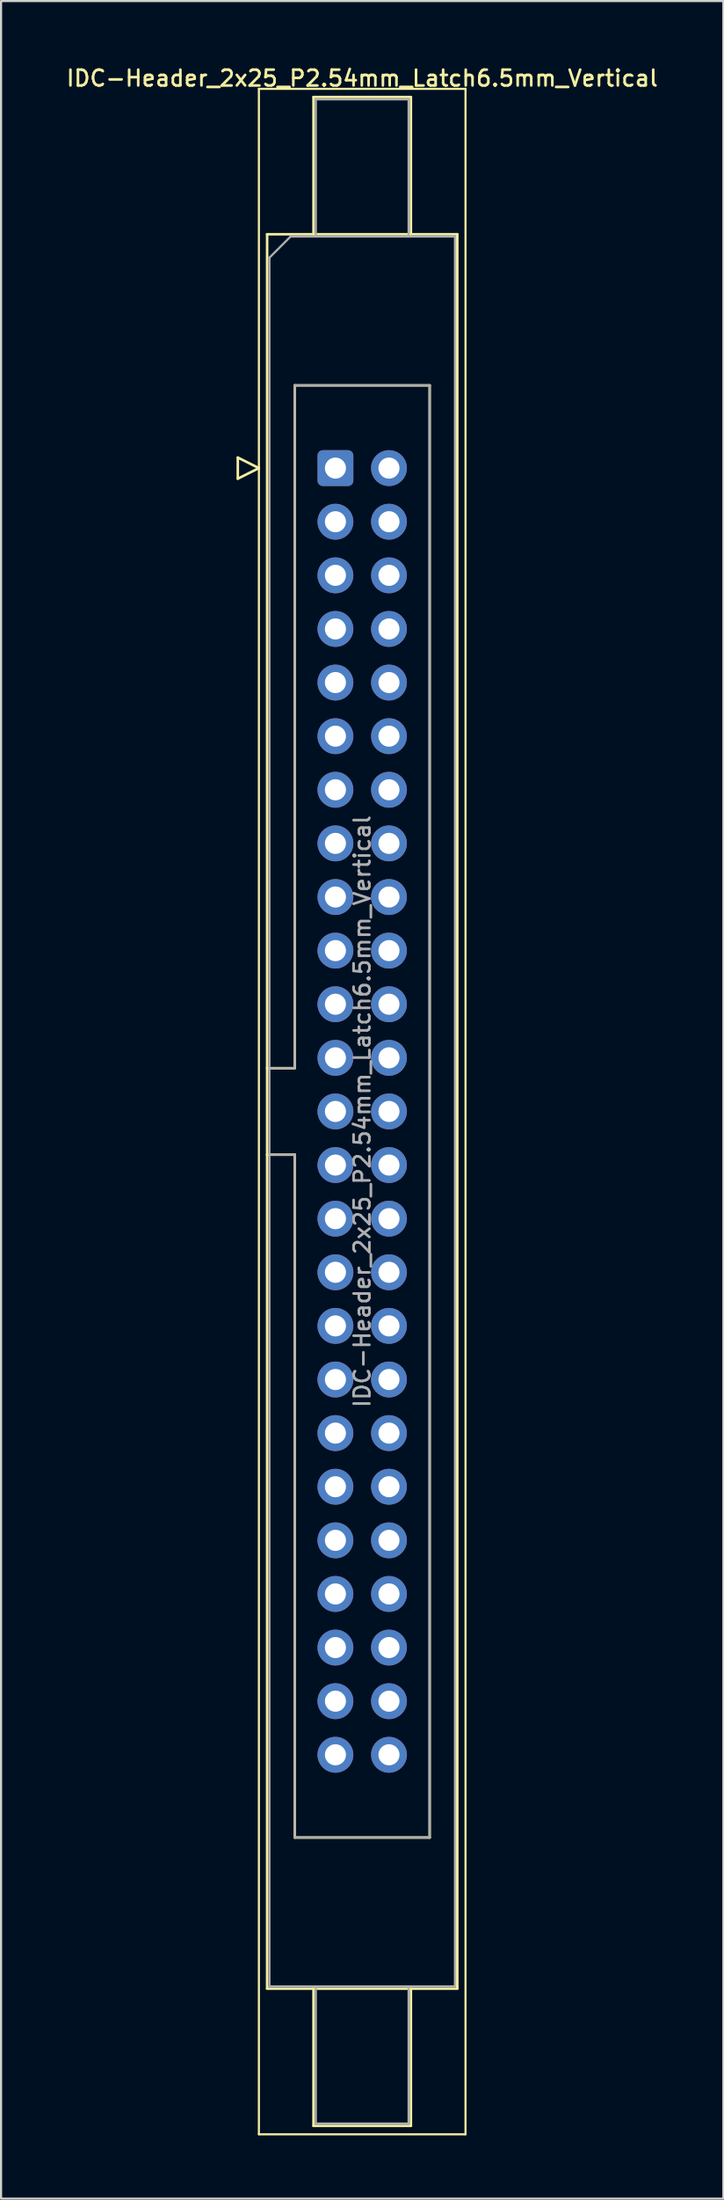
<source format=kicad_pcb>
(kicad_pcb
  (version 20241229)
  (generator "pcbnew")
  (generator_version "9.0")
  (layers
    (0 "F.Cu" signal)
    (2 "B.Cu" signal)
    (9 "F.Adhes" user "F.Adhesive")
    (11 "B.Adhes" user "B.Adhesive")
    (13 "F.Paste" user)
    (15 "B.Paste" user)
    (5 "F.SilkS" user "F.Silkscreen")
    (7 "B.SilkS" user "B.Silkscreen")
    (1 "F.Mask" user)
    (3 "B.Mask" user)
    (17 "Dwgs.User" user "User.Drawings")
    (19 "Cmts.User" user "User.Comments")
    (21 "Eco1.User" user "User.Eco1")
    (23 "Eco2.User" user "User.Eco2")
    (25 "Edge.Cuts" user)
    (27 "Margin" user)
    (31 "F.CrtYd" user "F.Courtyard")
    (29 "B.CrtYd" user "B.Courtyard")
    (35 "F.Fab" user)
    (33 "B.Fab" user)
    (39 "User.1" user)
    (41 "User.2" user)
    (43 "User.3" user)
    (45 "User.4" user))
  (footprint "IDC-Header_2x25_P2.54mm_Latch6.5mm_Vertical"
    (layer "F.Cu")
    (at 12.86 19.128)
    (property "Reference" "IDC-Header_2x25_P2.54mm_Latch6.5mm_Vertical" (at 1.27 -18.47 0) (layer "F.SilkS") (effects (font (size 0.75 0.75) (thickness 0.125))))
    (attr through_hole)
    (fp_line (start -4.63 -0.5) (end -4.63 0.5) (stroke (width 0.12) (type solid)) (layer "F.SilkS"))
    (fp_line (start -4.63 0.5) (end -3.63 0) (stroke (width 0.12) (type solid)) (layer "F.SilkS"))
    (fp_line (start -3.63 -17.97) (end -3.63 78.94) (stroke (width 0.1) (type solid)) (layer "F.SilkS"))
    (fp_line (start -3.63 0) (end -4.63 -0.5) (stroke (width 0.12) (type solid)) (layer "F.SilkS"))
    (fp_line (start -3.63 78.94) (end 6.17 78.94) (stroke (width 0.1) (type solid)) (layer "F.SilkS"))
    (fp_line (start -3.24 -11.08) (end 5.78 -11.08) (stroke (width 0.12) (type solid)) (layer "F.SilkS"))
    (fp_line (start -3.24 28.43) (end -1.93 28.43) (stroke (width 0.12) (type solid)) (layer "F.SilkS"))
    (fp_line (start -3.24 72.04) (end -3.24 -11.08) (stroke (width 0.12) (type solid)) (layer "F.SilkS"))
    (fp_line (start -1.93 -3.92) (end 4.47 -3.92) (stroke (width 0.12) (type solid)) (layer "F.SilkS"))
    (fp_line (start -1.93 28.43) (end -1.93 -3.92) (stroke (width 0.12) (type solid)) (layer "F.SilkS"))
    (fp_line (start -1.93 32.53) (end -3.24 32.53) (stroke (width 0.12) (type solid)) (layer "F.SilkS"))
    (fp_line (start -1.93 32.53) (end -1.93 32.53) (stroke (width 0.12) (type solid)) (layer "F.SilkS"))
    (fp_line (start -1.93 64.88) (end -1.93 32.53) (stroke (width 0.12) (type solid)) (layer "F.SilkS"))
    (fp_line (start -1.04 -17.58) (end 3.58 -17.58) (stroke (width 0.12) (type solid)) (layer "F.SilkS"))
    (fp_line (start -1.04 -11.08) (end -1.04 -17.58) (stroke (width 0.12) (type solid)) (layer "F.SilkS"))
    (fp_line (start -1.04 72.04) (end -1.04 78.54) (stroke (width 0.12) (type solid)) (layer "F.SilkS"))
    (fp_line (start -1.04 78.54) (end 3.58 78.54) (stroke (width 0.12) (type solid)) (layer "F.SilkS"))
    (fp_line (start 3.58 -17.58) (end 3.58 -11.08) (stroke (width 0.12) (type solid)) (layer "F.SilkS"))
    (fp_line (start 3.58 78.54) (end 3.58 72.04) (stroke (width 0.12) (type solid)) (layer "F.SilkS"))
    (fp_line (start 4.47 -3.92) (end 4.47 64.88) (stroke (width 0.12) (type solid)) (layer "F.SilkS"))
    (fp_line (start 4.47 64.88) (end -1.93 64.88) (stroke (width 0.12) (type solid)) (layer "F.SilkS"))
    (fp_line (start 5.78 -11.08) (end 5.78 72.04) (stroke (width 0.12) (type solid)) (layer "F.SilkS"))
    (fp_line (start 5.78 72.04) (end -3.24 72.04) (stroke (width 0.12) (type solid)) (layer "F.SilkS"))
    (fp_line (start 6.17 -17.97) (end -3.63 -17.97) (stroke (width 0.1) (type solid)) (layer "F.SilkS"))
    (fp_line (start 6.17 78.94) (end 6.17 -17.97) (stroke (width 0.1) (type solid)) (layer "F.SilkS"))
    (fp_line (start -3.13 -9.97) (end -2.13 -10.97) (stroke (width 0.1) (type solid)) (layer "F.Fab"))
    (fp_line (start -3.13 28.43) (end -1.93 28.43) (stroke (width 0.1) (type solid)) (layer "F.Fab"))
    (fp_line (start -3.13 71.93) (end -3.13 -9.97) (stroke (width 0.1) (type solid)) (layer "F.Fab"))
    (fp_line (start -2.13 -10.97) (end 5.67 -10.97) (stroke (width 0.1) (type solid)) (layer "F.Fab"))
    (fp_line (start -1.93 -3.92) (end 4.47 -3.92) (stroke (width 0.1) (type solid)) (layer "F.Fab"))
    (fp_line (start -1.93 28.43) (end -1.93 -3.92) (stroke (width 0.1) (type solid)) (layer "F.Fab"))
    (fp_line (start -1.93 32.53) (end -3.13 32.53) (stroke (width 0.1) (type solid)) (layer "F.Fab"))
    (fp_line (start -1.93 32.53) (end -1.93 32.53) (stroke (width 0.1) (type solid)) (layer "F.Fab"))
    (fp_line (start -1.93 64.88) (end -1.93 32.53) (stroke (width 0.1) (type solid)) (layer "F.Fab"))
    (fp_line (start -0.93 -17.47) (end 3.47 -17.47) (stroke (width 0.1) (type solid)) (layer "F.Fab"))
    (fp_line (start -0.93 -10.97) (end -0.93 -17.47) (stroke (width 0.1) (type solid)) (layer "F.Fab"))
    (fp_line (start -0.93 71.93) (end -0.93 78.43) (stroke (width 0.1) (type solid)) (layer "F.Fab"))
    (fp_line (start -0.93 78.43) (end 3.47 78.43) (stroke (width 0.1) (type solid)) (layer "F.Fab"))
    (fp_line (start 3.47 -17.47) (end 3.47 -10.97) (stroke (width 0.1) (type solid)) (layer "F.Fab"))
    (fp_line (start 3.47 78.43) (end 3.47 71.93) (stroke (width 0.1) (type solid)) (layer "F.Fab"))
    (fp_line (start 4.47 -3.92) (end 4.47 64.88) (stroke (width 0.1) (type solid)) (layer "F.Fab"))
    (fp_line (start 4.47 64.88) (end -1.93 64.88) (stroke (width 0.1) (type solid)) (layer "F.Fab"))
    (fp_line (start 5.67 -10.97) (end 5.67 71.93) (stroke (width 0.1) (type solid)) (layer "F.Fab"))
    (fp_line (start 5.67 71.93) (end -3.13 71.93) (stroke (width 0.1) (type solid)) (layer "F.Fab"))
    (fp_text user "${REFERENCE}" (at 1.27 30.48 90) (layer "F.Fab") (effects (font (size 0.75 0.75) (thickness 0.125))))
    (pad "1" thru_hole roundrect (at 0 0) (size 1.7 1.7) (drill 1) (layers "*.Cu" "*.Mask") (roundrect_rratio 0.147))
    (pad "2" thru_hole circle (at 2.54 0) (size 1.7 1.7) (drill 1) (layers "*.Cu" "*.Mask"))
    (pad "3" thru_hole circle (at 0 2.54) (size 1.7 1.7) (drill 1) (layers "*.Cu" "*.Mask"))
    (pad "4" thru_hole circle (at 2.54 2.54) (size 1.7 1.7) (drill 1) (layers "*.Cu" "*.Mask"))
    (pad "5" thru_hole circle (at 0 5.08) (size 1.7 1.7) (drill 1) (layers "*.Cu" "*.Mask"))
    (pad "6" thru_hole circle (at 2.54 5.08) (size 1.7 1.7) (drill 1) (layers "*.Cu" "*.Mask"))
    (pad "7" thru_hole circle (at 0 7.62) (size 1.7 1.7) (drill 1) (layers "*.Cu" "*.Mask"))
    (pad "8" thru_hole circle (at 2.54 7.62) (size 1.7 1.7) (drill 1) (layers "*.Cu" "*.Mask"))
    (pad "9" thru_hole circle (at 0 10.16) (size 1.7 1.7) (drill 1) (layers "*.Cu" "*.Mask"))
    (pad "10" thru_hole circle (at 2.54 10.16) (size 1.7 1.7) (drill 1) (layers "*.Cu" "*.Mask"))
    (pad "11" thru_hole circle (at 0 12.7) (size 1.7 1.7) (drill 1) (layers "*.Cu" "*.Mask"))
    (pad "12" thru_hole circle (at 2.54 12.7) (size 1.7 1.7) (drill 1) (layers "*.Cu" "*.Mask"))
    (pad "13" thru_hole circle (at 0 15.24) (size 1.7 1.7) (drill 1) (layers "*.Cu" "*.Mask"))
    (pad "14" thru_hole circle (at 2.54 15.24) (size 1.7 1.7) (drill 1) (layers "*.Cu" "*.Mask"))
    (pad "15" thru_hole circle (at 0 17.78) (size 1.7 1.7) (drill 1) (layers "*.Cu" "*.Mask"))
    (pad "16" thru_hole circle (at 2.54 17.78) (size 1.7 1.7) (drill 1) (layers "*.Cu" "*.Mask"))
    (pad "17" thru_hole circle (at 0 20.32) (size 1.7 1.7) (drill 1) (layers "*.Cu" "*.Mask"))
    (pad "18" thru_hole circle (at 2.54 20.32) (size 1.7 1.7) (drill 1) (layers "*.Cu" "*.Mask"))
    (pad "19" thru_hole circle (at 0 22.86) (size 1.7 1.7) (drill 1) (layers "*.Cu" "*.Mask"))
    (pad "20" thru_hole circle (at 2.54 22.86) (size 1.7 1.7) (drill 1) (layers "*.Cu" "*.Mask"))
    (pad "21" thru_hole circle (at 0 25.4) (size 1.7 1.7) (drill 1) (layers "*.Cu" "*.Mask"))
    (pad "22" thru_hole circle (at 2.54 25.4) (size 1.7 1.7) (drill 1) (layers "*.Cu" "*.Mask"))
    (pad "23" thru_hole circle (at 0 27.94) (size 1.7 1.7) (drill 1) (layers "*.Cu" "*.Mask"))
    (pad "24" thru_hole circle (at 2.54 27.94) (size 1.7 1.7) (drill 1) (layers "*.Cu" "*.Mask"))
    (pad "25" thru_hole circle (at 0 30.48) (size 1.7 1.7) (drill 1) (layers "*.Cu" "*.Mask"))
    (pad "26" thru_hole circle (at 2.54 30.48) (size 1.7 1.7) (drill 1) (layers "*.Cu" "*.Mask"))
    (pad "27" thru_hole circle (at 0 33.02) (size 1.7 1.7) (drill 1) (layers "*.Cu" "*.Mask"))
    (pad "28" thru_hole circle (at 2.54 33.02) (size 1.7 1.7) (drill 1) (layers "*.Cu" "*.Mask"))
    (pad "29" thru_hole circle (at 0 35.56) (size 1.7 1.7) (drill 1) (layers "*.Cu" "*.Mask"))
    (pad "30" thru_hole circle (at 2.54 35.56) (size 1.7 1.7) (drill 1) (layers "*.Cu" "*.Mask"))
    (pad "31" thru_hole circle (at 0 38.1) (size 1.7 1.7) (drill 1) (layers "*.Cu" "*.Mask"))
    (pad "32" thru_hole circle (at 2.54 38.1) (size 1.7 1.7) (drill 1) (layers "*.Cu" "*.Mask"))
    (pad "33" thru_hole circle (at 0 40.64) (size 1.7 1.7) (drill 1) (layers "*.Cu" "*.Mask"))
    (pad "34" thru_hole circle (at 2.54 40.64) (size 1.7 1.7) (drill 1) (layers "*.Cu" "*.Mask"))
    (pad "35" thru_hole circle (at 0 43.18) (size 1.7 1.7) (drill 1) (layers "*.Cu" "*.Mask"))
    (pad "36" thru_hole circle (at 2.54 43.18) (size 1.7 1.7) (drill 1) (layers "*.Cu" "*.Mask"))
    (pad "37" thru_hole circle (at 0 45.72) (size 1.7 1.7) (drill 1) (layers "*.Cu" "*.Mask"))
    (pad "38" thru_hole circle (at 2.54 45.72) (size 1.7 1.7) (drill 1) (layers "*.Cu" "*.Mask"))
    (pad "39" thru_hole circle (at 0 48.26) (size 1.7 1.7) (drill 1) (layers "*.Cu" "*.Mask"))
    (pad "40" thru_hole circle (at 2.54 48.26) (size 1.7 1.7) (drill 1) (layers "*.Cu" "*.Mask"))
    (pad "41" thru_hole circle (at 0 50.8) (size 1.7 1.7) (drill 1) (layers "*.Cu" "*.Mask"))
    (pad "42" thru_hole circle (at 2.54 50.8) (size 1.7 1.7) (drill 1) (layers "*.Cu" "*.Mask"))
    (pad "43" thru_hole circle (at 0 53.34) (size 1.7 1.7) (drill 1) (layers "*.Cu" "*.Mask"))
    (pad "44" thru_hole circle (at 2.54 53.34) (size 1.7 1.7) (drill 1) (layers "*.Cu" "*.Mask"))
    (pad "45" thru_hole circle (at 0 55.88) (size 1.7 1.7) (drill 1) (layers "*.Cu" "*.Mask"))
    (pad "46" thru_hole circle (at 2.54 55.88) (size 1.7 1.7) (drill 1) (layers "*.Cu" "*.Mask"))
    (pad "47" thru_hole circle (at 0 58.42) (size 1.7 1.7) (drill 1) (layers "*.Cu" "*.Mask"))
    (pad "48" thru_hole circle (at 2.54 58.42) (size 1.7 1.7) (drill 1) (layers "*.Cu" "*.Mask"))
    (pad "49" thru_hole circle (at 0 60.96) (size 1.7 1.7) (drill 1) (layers "*.Cu" "*.Mask"))
    (pad "50" thru_hole circle (at 2.54 60.96) (size 1.7 1.7) (drill 1) (layers "*.Cu" "*.Mask")))
  (gr_rect
    (start -3 -3)
    (end 31.261 101.118)
    (stroke (width 0.1) (type default))
    (fill no)
    (layer "Edge.Cuts")))
</source>
